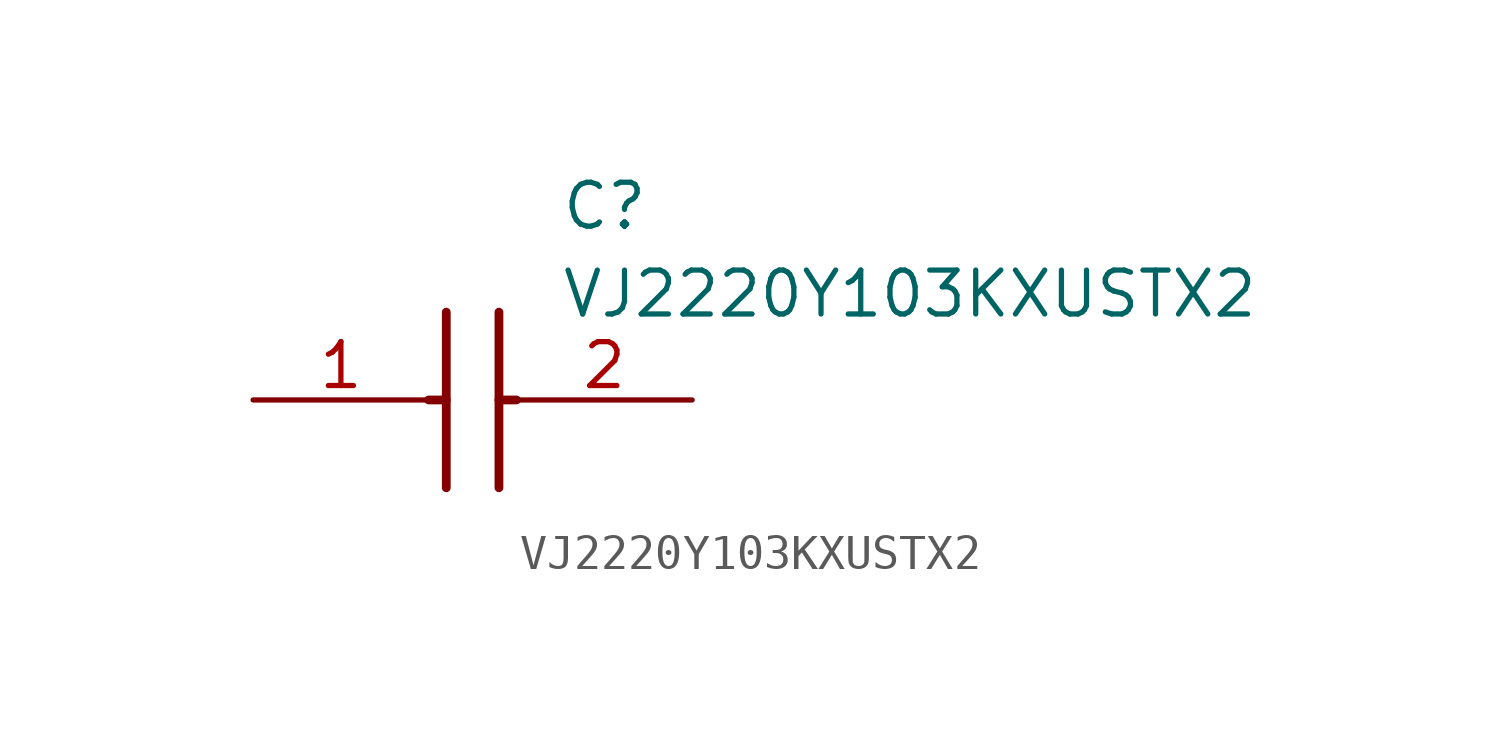
<source format=kicad_sym>
(kicad_symbol_lib
  (version 20211014)
  (generator SamacSys_ECAD_Model)
  (symbol "VJ2220Y103KXUSTX2"
    (pin_names hide)
    (property "Reference" "C"
      (at 8.89 6.35 0)
      (effects (font (size 1.27 1.27)) (justify left top)))
    (property "Value" "VJ2220Y103KXUSTX2"
      (at 8.89 3.81 0)
      (effects (font (size 1.27 1.27)) (justify left top)))
    (polyline
      (pts (xy 5.588 2.54) (xy 5.588 -2.54))
      (stroke (width 0.254) (type default))
      (fill (type none)))
    (polyline
      (pts (xy 7.112 2.54) (xy 7.112 -2.54))
      (stroke (width 0.254) (type default))
      (fill (type none)))
    (polyline
      (pts (xy 5.08 0) (xy 5.588 0))
      (stroke (width 0.254) (type default))
      (fill (type none)))
    (polyline
      (pts (xy 7.112 0) (xy 7.62 0))
      (stroke (width 0.254) (type default))
      (fill (type none)))
    (pin passive line
      (at 0 0 0)
      (length 5.08)
      (name "1" (effects (font (size 1.27 1.27))))
      (number "1" (effects (font (size 1.27 1.27)))))
    (pin passive line
      (at 12.7 0 180)
      (length 5.08)
      (name "2" (effects (font (size 1.27 1.27))))
      (number "2" (effects (font (size 1.27 1.27)))))))
</source>
